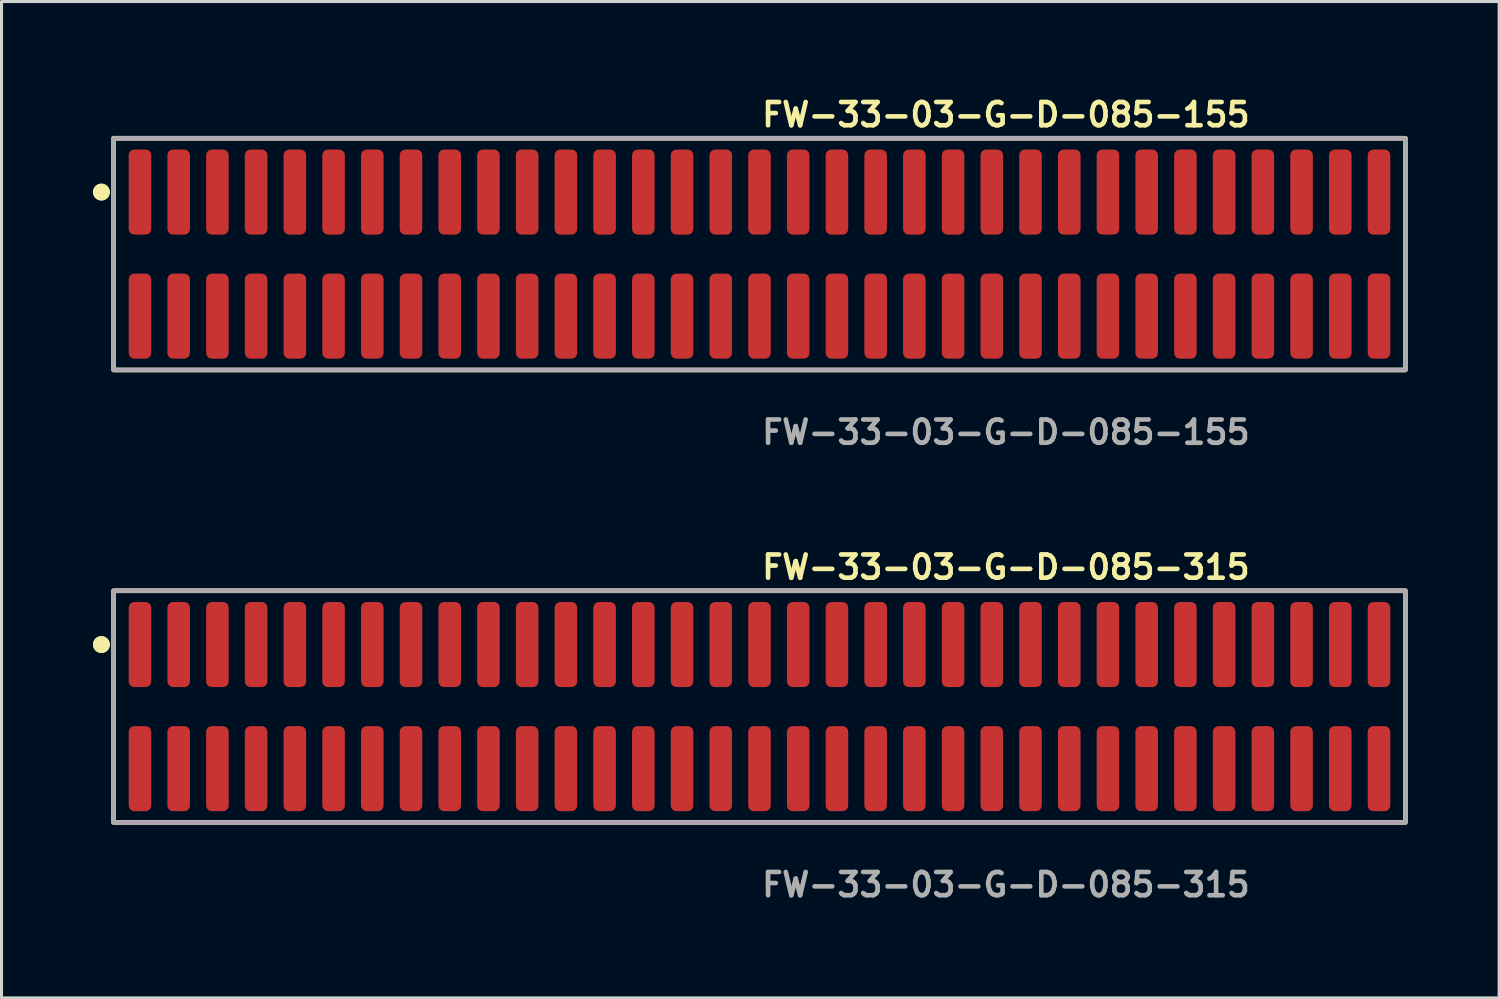
<source format=kicad_pcb>
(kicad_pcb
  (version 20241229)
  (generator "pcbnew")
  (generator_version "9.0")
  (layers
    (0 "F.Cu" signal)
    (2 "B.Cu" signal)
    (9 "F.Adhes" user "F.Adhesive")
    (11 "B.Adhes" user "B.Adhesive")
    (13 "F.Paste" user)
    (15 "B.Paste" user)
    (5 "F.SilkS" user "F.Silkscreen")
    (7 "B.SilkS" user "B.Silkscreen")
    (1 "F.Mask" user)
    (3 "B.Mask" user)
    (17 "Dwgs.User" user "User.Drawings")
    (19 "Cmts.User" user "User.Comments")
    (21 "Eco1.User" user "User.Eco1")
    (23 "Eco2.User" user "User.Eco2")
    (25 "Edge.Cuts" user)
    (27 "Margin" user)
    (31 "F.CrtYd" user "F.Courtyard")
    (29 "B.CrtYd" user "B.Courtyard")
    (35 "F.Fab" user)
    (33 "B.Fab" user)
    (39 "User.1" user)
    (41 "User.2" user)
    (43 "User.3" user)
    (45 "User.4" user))
  (footprint "FW-33-03-G-D-085-315"
    (layer "F.Cu")
    (at 21.861 20.126)
    (property "Reference" "FW-33-03-G-D-085-315" (at 0 -4.572 0) (unlocked yes) (layer "F.SilkS") (effects (font (size 0.762 0.762) (thickness 0.152)) (justify left)))
    (fp_rect (start -21.185 3.8) (end 21.185 -3.8) (stroke (width 0.152) (type solid)) (fill no) (layer "F.SilkS"))
    (fp_circle (center -21.585 -2.035) (end -21.785 -2.035) (stroke (width 0.152) (type solid)) (fill yes) (layer "F.SilkS"))
    (fp_circle (center -21.585 -2.035) (end -21.785 -2.035) (stroke (width 0.152) (type solid)) (fill yes) (layer "F.SilkS"))
    (fp_rect (start -21.185 3.8) (end 21.185 -3.8) (stroke (width 0.006) (type solid)) (fill no) (layer "F.CrtYd"))
    (fp_rect (start -21.185 3.8) (end 21.185 -3.8) (stroke (width 0.152) (type solid)) (fill no) (layer "F.Fab"))
    (fp_text user "${REFERENCE}" (at 0 5.842 0) (unlocked yes) (layer "F.Fab") (effects (font (size 0.762 0.762) (thickness 0.152)) (justify left)))
    (pad "1" smd roundrect (at -20.32 -2.035) (size 0.74 2.79) (layers "F.Cu" "F.Paste") (roundrect_rratio 0.25))
    (pad "2" smd roundrect (at -20.32 2.035) (size 0.74 2.79) (layers "F.Cu" "F.Paste") (roundrect_rratio 0.25))
    (pad "3" smd roundrect (at -19.05 -2.035) (size 0.74 2.79) (layers "F.Cu" "F.Paste") (roundrect_rratio 0.25))
    (pad "4" smd roundrect (at -19.05 2.035) (size 0.74 2.79) (layers "F.Cu" "F.Paste") (roundrect_rratio 0.25))
    (pad "5" smd roundrect (at -17.78 -2.035) (size 0.74 2.79) (layers "F.Cu" "F.Paste") (roundrect_rratio 0.25))
    (pad "6" smd roundrect (at -17.78 2.035) (size 0.74 2.79) (layers "F.Cu" "F.Paste") (roundrect_rratio 0.25))
    (pad "7" smd roundrect (at -16.51 -2.035) (size 0.74 2.79) (layers "F.Cu" "F.Paste") (roundrect_rratio 0.25))
    (pad "8" smd roundrect (at -16.51 2.035) (size 0.74 2.79) (layers "F.Cu" "F.Paste") (roundrect_rratio 0.25))
    (pad "9" smd roundrect (at -15.24 -2.035) (size 0.74 2.79) (layers "F.Cu" "F.Paste") (roundrect_rratio 0.25))
    (pad "10" smd roundrect (at -15.24 2.035) (size 0.74 2.79) (layers "F.Cu" "F.Paste") (roundrect_rratio 0.25))
    (pad "11" smd roundrect (at -13.97 -2.035) (size 0.74 2.79) (layers "F.Cu" "F.Paste") (roundrect_rratio 0.25))
    (pad "12" smd roundrect (at -13.97 2.035) (size 0.74 2.79) (layers "F.Cu" "F.Paste") (roundrect_rratio 0.25))
    (pad "13" smd roundrect (at -12.7 -2.035) (size 0.74 2.79) (layers "F.Cu" "F.Paste") (roundrect_rratio 0.25))
    (pad "14" smd roundrect (at -12.7 2.035) (size 0.74 2.79) (layers "F.Cu" "F.Paste") (roundrect_rratio 0.25))
    (pad "15" smd roundrect (at -11.43 -2.035) (size 0.74 2.79) (layers "F.Cu" "F.Paste") (roundrect_rratio 0.25))
    (pad "16" smd roundrect (at -11.43 2.035) (size 0.74 2.79) (layers "F.Cu" "F.Paste") (roundrect_rratio 0.25))
    (pad "17" smd roundrect (at -10.16 -2.035) (size 0.74 2.79) (layers "F.Cu" "F.Paste") (roundrect_rratio 0.25))
    (pad "18" smd roundrect (at -10.16 2.035) (size 0.74 2.79) (layers "F.Cu" "F.Paste") (roundrect_rratio 0.25))
    (pad "19" smd roundrect (at -8.89 -2.035) (size 0.74 2.79) (layers "F.Cu" "F.Paste") (roundrect_rratio 0.25))
    (pad "20" smd roundrect (at -8.89 2.035) (size 0.74 2.79) (layers "F.Cu" "F.Paste") (roundrect_rratio 0.25))
    (pad "21" smd roundrect (at -7.62 -2.035) (size 0.74 2.79) (layers "F.Cu" "F.Paste") (roundrect_rratio 0.25))
    (pad "22" smd roundrect (at -7.62 2.035) (size 0.74 2.79) (layers "F.Cu" "F.Paste") (roundrect_rratio 0.25))
    (pad "23" smd roundrect (at -6.35 -2.035) (size 0.74 2.79) (layers "F.Cu" "F.Paste") (roundrect_rratio 0.25))
    (pad "24" smd roundrect (at -6.35 2.035) (size 0.74 2.79) (layers "F.Cu" "F.Paste") (roundrect_rratio 0.25))
    (pad "25" smd roundrect (at -5.08 -2.035) (size 0.74 2.79) (layers "F.Cu" "F.Paste") (roundrect_rratio 0.25))
    (pad "26" smd roundrect (at -5.08 2.035) (size 0.74 2.79) (layers "F.Cu" "F.Paste") (roundrect_rratio 0.25))
    (pad "27" smd roundrect (at -3.81 -2.035) (size 0.74 2.79) (layers "F.Cu" "F.Paste") (roundrect_rratio 0.25))
    (pad "28" smd roundrect (at -3.81 2.035) (size 0.74 2.79) (layers "F.Cu" "F.Paste") (roundrect_rratio 0.25))
    (pad "29" smd roundrect (at -2.54 -2.035) (size 0.74 2.79) (layers "F.Cu" "F.Paste") (roundrect_rratio 0.25))
    (pad "30" smd roundrect (at -2.54 2.035) (size 0.74 2.79) (layers "F.Cu" "F.Paste") (roundrect_rratio 0.25))
    (pad "31" smd roundrect (at -1.27 -2.035) (size 0.74 2.79) (layers "F.Cu" "F.Paste") (roundrect_rratio 0.25))
    (pad "32" smd roundrect (at -1.27 2.035) (size 0.74 2.79) (layers "F.Cu" "F.Paste") (roundrect_rratio 0.25))
    (pad "33" smd roundrect (at 0 -2.035) (size 0.74 2.79) (layers "F.Cu" "F.Paste") (roundrect_rratio 0.25))
    (pad "34" smd roundrect (at 0 2.035) (size 0.74 2.79) (layers "F.Cu" "F.Paste") (roundrect_rratio 0.25))
    (pad "35" smd roundrect (at 1.27 -2.035) (size 0.74 2.79) (layers "F.Cu" "F.Paste") (roundrect_rratio 0.25))
    (pad "36" smd roundrect (at 1.27 2.035) (size 0.74 2.79) (layers "F.Cu" "F.Paste") (roundrect_rratio 0.25))
    (pad "37" smd roundrect (at 2.54 -2.035) (size 0.74 2.79) (layers "F.Cu" "F.Paste") (roundrect_rratio 0.25))
    (pad "38" smd roundrect (at 2.54 2.035) (size 0.74 2.79) (layers "F.Cu" "F.Paste") (roundrect_rratio 0.25))
    (pad "39" smd roundrect (at 3.81 -2.035) (size 0.74 2.79) (layers "F.Cu" "F.Paste") (roundrect_rratio 0.25))
    (pad "40" smd roundrect (at 3.81 2.035) (size 0.74 2.79) (layers "F.Cu" "F.Paste") (roundrect_rratio 0.25))
    (pad "41" smd roundrect (at 5.08 -2.035) (size 0.74 2.79) (layers "F.Cu" "F.Paste") (roundrect_rratio 0.25))
    (pad "42" smd roundrect (at 5.08 2.035) (size 0.74 2.79) (layers "F.Cu" "F.Paste") (roundrect_rratio 0.25))
    (pad "43" smd roundrect (at 6.35 -2.035) (size 0.74 2.79) (layers "F.Cu" "F.Paste") (roundrect_rratio 0.25))
    (pad "44" smd roundrect (at 6.35 2.035) (size 0.74 2.79) (layers "F.Cu" "F.Paste") (roundrect_rratio 0.25))
    (pad "45" smd roundrect (at 7.62 -2.035) (size 0.74 2.79) (layers "F.Cu" "F.Paste") (roundrect_rratio 0.25))
    (pad "46" smd roundrect (at 7.62 2.035) (size 0.74 2.79) (layers "F.Cu" "F.Paste") (roundrect_rratio 0.25))
    (pad "47" smd roundrect (at 8.89 -2.035) (size 0.74 2.79) (layers "F.Cu" "F.Paste") (roundrect_rratio 0.25))
    (pad "48" smd roundrect (at 8.89 2.035) (size 0.74 2.79) (layers "F.Cu" "F.Paste") (roundrect_rratio 0.25))
    (pad "49" smd roundrect (at 10.16 -2.035) (size 0.74 2.79) (layers "F.Cu" "F.Paste") (roundrect_rratio 0.25))
    (pad "50" smd roundrect (at 10.16 2.035) (size 0.74 2.79) (layers "F.Cu" "F.Paste") (roundrect_rratio 0.25))
    (pad "51" smd roundrect (at 11.43 -2.035) (size 0.74 2.79) (layers "F.Cu" "F.Paste") (roundrect_rratio 0.25))
    (pad "52" smd roundrect (at 11.43 2.035) (size 0.74 2.79) (layers "F.Cu" "F.Paste") (roundrect_rratio 0.25))
    (pad "53" smd roundrect (at 12.7 -2.035) (size 0.74 2.79) (layers "F.Cu" "F.Paste") (roundrect_rratio 0.25))
    (pad "54" smd roundrect (at 12.7 2.035) (size 0.74 2.79) (layers "F.Cu" "F.Paste") (roundrect_rratio 0.25))
    (pad "55" smd roundrect (at 13.97 -2.035) (size 0.74 2.79) (layers "F.Cu" "F.Paste") (roundrect_rratio 0.25))
    (pad "56" smd roundrect (at 13.97 2.035) (size 0.74 2.79) (layers "F.Cu" "F.Paste") (roundrect_rratio 0.25))
    (pad "57" smd roundrect (at 15.24 -2.035) (size 0.74 2.79) (layers "F.Cu" "F.Paste") (roundrect_rratio 0.25))
    (pad "58" smd roundrect (at 15.24 2.035) (size 0.74 2.79) (layers "F.Cu" "F.Paste") (roundrect_rratio 0.25))
    (pad "59" smd roundrect (at 16.51 -2.035) (size 0.74 2.79) (layers "F.Cu" "F.Paste") (roundrect_rratio 0.25))
    (pad "60" smd roundrect (at 16.51 2.035) (size 0.74 2.79) (layers "F.Cu" "F.Paste") (roundrect_rratio 0.25))
    (pad "61" smd roundrect (at 17.78 -2.035) (size 0.74 2.79) (layers "F.Cu" "F.Paste") (roundrect_rratio 0.25))
    (pad "62" smd roundrect (at 17.78 2.035) (size 0.74 2.79) (layers "F.Cu" "F.Paste") (roundrect_rratio 0.25))
    (pad "63" smd roundrect (at 19.05 -2.035) (size 0.74 2.79) (layers "F.Cu" "F.Paste") (roundrect_rratio 0.25))
    (pad "64" smd roundrect (at 19.05 2.035) (size 0.74 2.79) (layers "F.Cu" "F.Paste") (roundrect_rratio 0.25))
    (pad "65" smd roundrect (at 20.32 -2.035) (size 0.74 2.79) (layers "F.Cu" "F.Paste") (roundrect_rratio 0.25))
    (pad "66" smd roundrect (at 20.32 2.035) (size 0.74 2.79) (layers "F.Cu" "F.Paste") (roundrect_rratio 0.25)))
  (footprint "FW-33-03-G-D-085-155"
    (layer "F.Cu")
    (at 21.861 5.285)
    (property "Reference" "FW-33-03-G-D-085-155" (at 0 -4.572 0) (unlocked yes) (layer "F.SilkS") (effects (font (size 0.762 0.762) (thickness 0.152)) (justify left)))
    (fp_rect (start -21.185 3.8) (end 21.185 -3.8) (stroke (width 0.152) (type solid)) (fill no) (layer "F.SilkS"))
    (fp_circle (center -21.585 -2.035) (end -21.785 -2.035) (stroke (width 0.152) (type solid)) (fill yes) (layer "F.SilkS"))
    (fp_circle (center -21.585 -2.035) (end -21.785 -2.035) (stroke (width 0.152) (type solid)) (fill yes) (layer "F.SilkS"))
    (fp_rect (start -21.185 3.8) (end 21.185 -3.8) (stroke (width 0.006) (type solid)) (fill no) (layer "F.CrtYd"))
    (fp_rect (start -21.185 3.8) (end 21.185 -3.8) (stroke (width 0.152) (type solid)) (fill no) (layer "F.Fab"))
    (fp_text user "${REFERENCE}" (at 0 5.842 0) (unlocked yes) (layer "F.Fab") (effects (font (size 0.762 0.762) (thickness 0.152)) (justify left)))
    (pad "1" smd roundrect (at -20.32 -2.035) (size 0.74 2.79) (layers "F.Cu" "F.Paste") (roundrect_rratio 0.25))
    (pad "2" smd roundrect (at -20.32 2.035) (size 0.74 2.79) (layers "F.Cu" "F.Paste") (roundrect_rratio 0.25))
    (pad "3" smd roundrect (at -19.05 -2.035) (size 0.74 2.79) (layers "F.Cu" "F.Paste") (roundrect_rratio 0.25))
    (pad "4" smd roundrect (at -19.05 2.035) (size 0.74 2.79) (layers "F.Cu" "F.Paste") (roundrect_rratio 0.25))
    (pad "5" smd roundrect (at -17.78 -2.035) (size 0.74 2.79) (layers "F.Cu" "F.Paste") (roundrect_rratio 0.25))
    (pad "6" smd roundrect (at -17.78 2.035) (size 0.74 2.79) (layers "F.Cu" "F.Paste") (roundrect_rratio 0.25))
    (pad "7" smd roundrect (at -16.51 -2.035) (size 0.74 2.79) (layers "F.Cu" "F.Paste") (roundrect_rratio 0.25))
    (pad "8" smd roundrect (at -16.51 2.035) (size 0.74 2.79) (layers "F.Cu" "F.Paste") (roundrect_rratio 0.25))
    (pad "9" smd roundrect (at -15.24 -2.035) (size 0.74 2.79) (layers "F.Cu" "F.Paste") (roundrect_rratio 0.25))
    (pad "10" smd roundrect (at -15.24 2.035) (size 0.74 2.79) (layers "F.Cu" "F.Paste") (roundrect_rratio 0.25))
    (pad "11" smd roundrect (at -13.97 -2.035) (size 0.74 2.79) (layers "F.Cu" "F.Paste") (roundrect_rratio 0.25))
    (pad "12" smd roundrect (at -13.97 2.035) (size 0.74 2.79) (layers "F.Cu" "F.Paste") (roundrect_rratio 0.25))
    (pad "13" smd roundrect (at -12.7 -2.035) (size 0.74 2.79) (layers "F.Cu" "F.Paste") (roundrect_rratio 0.25))
    (pad "14" smd roundrect (at -12.7 2.035) (size 0.74 2.79) (layers "F.Cu" "F.Paste") (roundrect_rratio 0.25))
    (pad "15" smd roundrect (at -11.43 -2.035) (size 0.74 2.79) (layers "F.Cu" "F.Paste") (roundrect_rratio 0.25))
    (pad "16" smd roundrect (at -11.43 2.035) (size 0.74 2.79) (layers "F.Cu" "F.Paste") (roundrect_rratio 0.25))
    (pad "17" smd roundrect (at -10.16 -2.035) (size 0.74 2.79) (layers "F.Cu" "F.Paste") (roundrect_rratio 0.25))
    (pad "18" smd roundrect (at -10.16 2.035) (size 0.74 2.79) (layers "F.Cu" "F.Paste") (roundrect_rratio 0.25))
    (pad "19" smd roundrect (at -8.89 -2.035) (size 0.74 2.79) (layers "F.Cu" "F.Paste") (roundrect_rratio 0.25))
    (pad "20" smd roundrect (at -8.89 2.035) (size 0.74 2.79) (layers "F.Cu" "F.Paste") (roundrect_rratio 0.25))
    (pad "21" smd roundrect (at -7.62 -2.035) (size 0.74 2.79) (layers "F.Cu" "F.Paste") (roundrect_rratio 0.25))
    (pad "22" smd roundrect (at -7.62 2.035) (size 0.74 2.79) (layers "F.Cu" "F.Paste") (roundrect_rratio 0.25))
    (pad "23" smd roundrect (at -6.35 -2.035) (size 0.74 2.79) (layers "F.Cu" "F.Paste") (roundrect_rratio 0.25))
    (pad "24" smd roundrect (at -6.35 2.035) (size 0.74 2.79) (layers "F.Cu" "F.Paste") (roundrect_rratio 0.25))
    (pad "25" smd roundrect (at -5.08 -2.035) (size 0.74 2.79) (layers "F.Cu" "F.Paste") (roundrect_rratio 0.25))
    (pad "26" smd roundrect (at -5.08 2.035) (size 0.74 2.79) (layers "F.Cu" "F.Paste") (roundrect_rratio 0.25))
    (pad "27" smd roundrect (at -3.81 -2.035) (size 0.74 2.79) (layers "F.Cu" "F.Paste") (roundrect_rratio 0.25))
    (pad "28" smd roundrect (at -3.81 2.035) (size 0.74 2.79) (layers "F.Cu" "F.Paste") (roundrect_rratio 0.25))
    (pad "29" smd roundrect (at -2.54 -2.035) (size 0.74 2.79) (layers "F.Cu" "F.Paste") (roundrect_rratio 0.25))
    (pad "30" smd roundrect (at -2.54 2.035) (size 0.74 2.79) (layers "F.Cu" "F.Paste") (roundrect_rratio 0.25))
    (pad "31" smd roundrect (at -1.27 -2.035) (size 0.74 2.79) (layers "F.Cu" "F.Paste") (roundrect_rratio 0.25))
    (pad "32" smd roundrect (at -1.27 2.035) (size 0.74 2.79) (layers "F.Cu" "F.Paste") (roundrect_rratio 0.25))
    (pad "33" smd roundrect (at 0 -2.035) (size 0.74 2.79) (layers "F.Cu" "F.Paste") (roundrect_rratio 0.25))
    (pad "34" smd roundrect (at 0 2.035) (size 0.74 2.79) (layers "F.Cu" "F.Paste") (roundrect_rratio 0.25))
    (pad "35" smd roundrect (at 1.27 -2.035) (size 0.74 2.79) (layers "F.Cu" "F.Paste") (roundrect_rratio 0.25))
    (pad "36" smd roundrect (at 1.27 2.035) (size 0.74 2.79) (layers "F.Cu" "F.Paste") (roundrect_rratio 0.25))
    (pad "37" smd roundrect (at 2.54 -2.035) (size 0.74 2.79) (layers "F.Cu" "F.Paste") (roundrect_rratio 0.25))
    (pad "38" smd roundrect (at 2.54 2.035) (size 0.74 2.79) (layers "F.Cu" "F.Paste") (roundrect_rratio 0.25))
    (pad "39" smd roundrect (at 3.81 -2.035) (size 0.74 2.79) (layers "F.Cu" "F.Paste") (roundrect_rratio 0.25))
    (pad "40" smd roundrect (at 3.81 2.035) (size 0.74 2.79) (layers "F.Cu" "F.Paste") (roundrect_rratio 0.25))
    (pad "41" smd roundrect (at 5.08 -2.035) (size 0.74 2.79) (layers "F.Cu" "F.Paste") (roundrect_rratio 0.25))
    (pad "42" smd roundrect (at 5.08 2.035) (size 0.74 2.79) (layers "F.Cu" "F.Paste") (roundrect_rratio 0.25))
    (pad "43" smd roundrect (at 6.35 -2.035) (size 0.74 2.79) (layers "F.Cu" "F.Paste") (roundrect_rratio 0.25))
    (pad "44" smd roundrect (at 6.35 2.035) (size 0.74 2.79) (layers "F.Cu" "F.Paste") (roundrect_rratio 0.25))
    (pad "45" smd roundrect (at 7.62 -2.035) (size 0.74 2.79) (layers "F.Cu" "F.Paste") (roundrect_rratio 0.25))
    (pad "46" smd roundrect (at 7.62 2.035) (size 0.74 2.79) (layers "F.Cu" "F.Paste") (roundrect_rratio 0.25))
    (pad "47" smd roundrect (at 8.89 -2.035) (size 0.74 2.79) (layers "F.Cu" "F.Paste") (roundrect_rratio 0.25))
    (pad "48" smd roundrect (at 8.89 2.035) (size 0.74 2.79) (layers "F.Cu" "F.Paste") (roundrect_rratio 0.25))
    (pad "49" smd roundrect (at 10.16 -2.035) (size 0.74 2.79) (layers "F.Cu" "F.Paste") (roundrect_rratio 0.25))
    (pad "50" smd roundrect (at 10.16 2.035) (size 0.74 2.79) (layers "F.Cu" "F.Paste") (roundrect_rratio 0.25))
    (pad "51" smd roundrect (at 11.43 -2.035) (size 0.74 2.79) (layers "F.Cu" "F.Paste") (roundrect_rratio 0.25))
    (pad "52" smd roundrect (at 11.43 2.035) (size 0.74 2.79) (layers "F.Cu" "F.Paste") (roundrect_rratio 0.25))
    (pad "53" smd roundrect (at 12.7 -2.035) (size 0.74 2.79) (layers "F.Cu" "F.Paste") (roundrect_rratio 0.25))
    (pad "54" smd roundrect (at 12.7 2.035) (size 0.74 2.79) (layers "F.Cu" "F.Paste") (roundrect_rratio 0.25))
    (pad "55" smd roundrect (at 13.97 -2.035) (size 0.74 2.79) (layers "F.Cu" "F.Paste") (roundrect_rratio 0.25))
    (pad "56" smd roundrect (at 13.97 2.035) (size 0.74 2.79) (layers "F.Cu" "F.Paste") (roundrect_rratio 0.25))
    (pad "57" smd roundrect (at 15.24 -2.035) (size 0.74 2.79) (layers "F.Cu" "F.Paste") (roundrect_rratio 0.25))
    (pad "58" smd roundrect (at 15.24 2.035) (size 0.74 2.79) (layers "F.Cu" "F.Paste") (roundrect_rratio 0.25))
    (pad "59" smd roundrect (at 16.51 -2.035) (size 0.74 2.79) (layers "F.Cu" "F.Paste") (roundrect_rratio 0.25))
    (pad "60" smd roundrect (at 16.51 2.035) (size 0.74 2.79) (layers "F.Cu" "F.Paste") (roundrect_rratio 0.25))
    (pad "61" smd roundrect (at 17.78 -2.035) (size 0.74 2.79) (layers "F.Cu" "F.Paste") (roundrect_rratio 0.25))
    (pad "62" smd roundrect (at 17.78 2.035) (size 0.74 2.79) (layers "F.Cu" "F.Paste") (roundrect_rratio 0.25))
    (pad "63" smd roundrect (at 19.05 -2.035) (size 0.74 2.79) (layers "F.Cu" "F.Paste") (roundrect_rratio 0.25))
    (pad "64" smd roundrect (at 19.05 2.035) (size 0.74 2.79) (layers "F.Cu" "F.Paste") (roundrect_rratio 0.25))
    (pad "65" smd roundrect (at 20.32 -2.035) (size 0.74 2.79) (layers "F.Cu" "F.Paste") (roundrect_rratio 0.25))
    (pad "66" smd roundrect (at 20.32 2.035) (size 0.74 2.79) (layers "F.Cu" "F.Paste") (roundrect_rratio 0.25)))
  (gr_rect
    (start -3 -3)
    (end 46.122 29.681)
    (stroke (width 0.1) (type default))
    (fill no)
    (layer "Edge.Cuts")))
</source>
